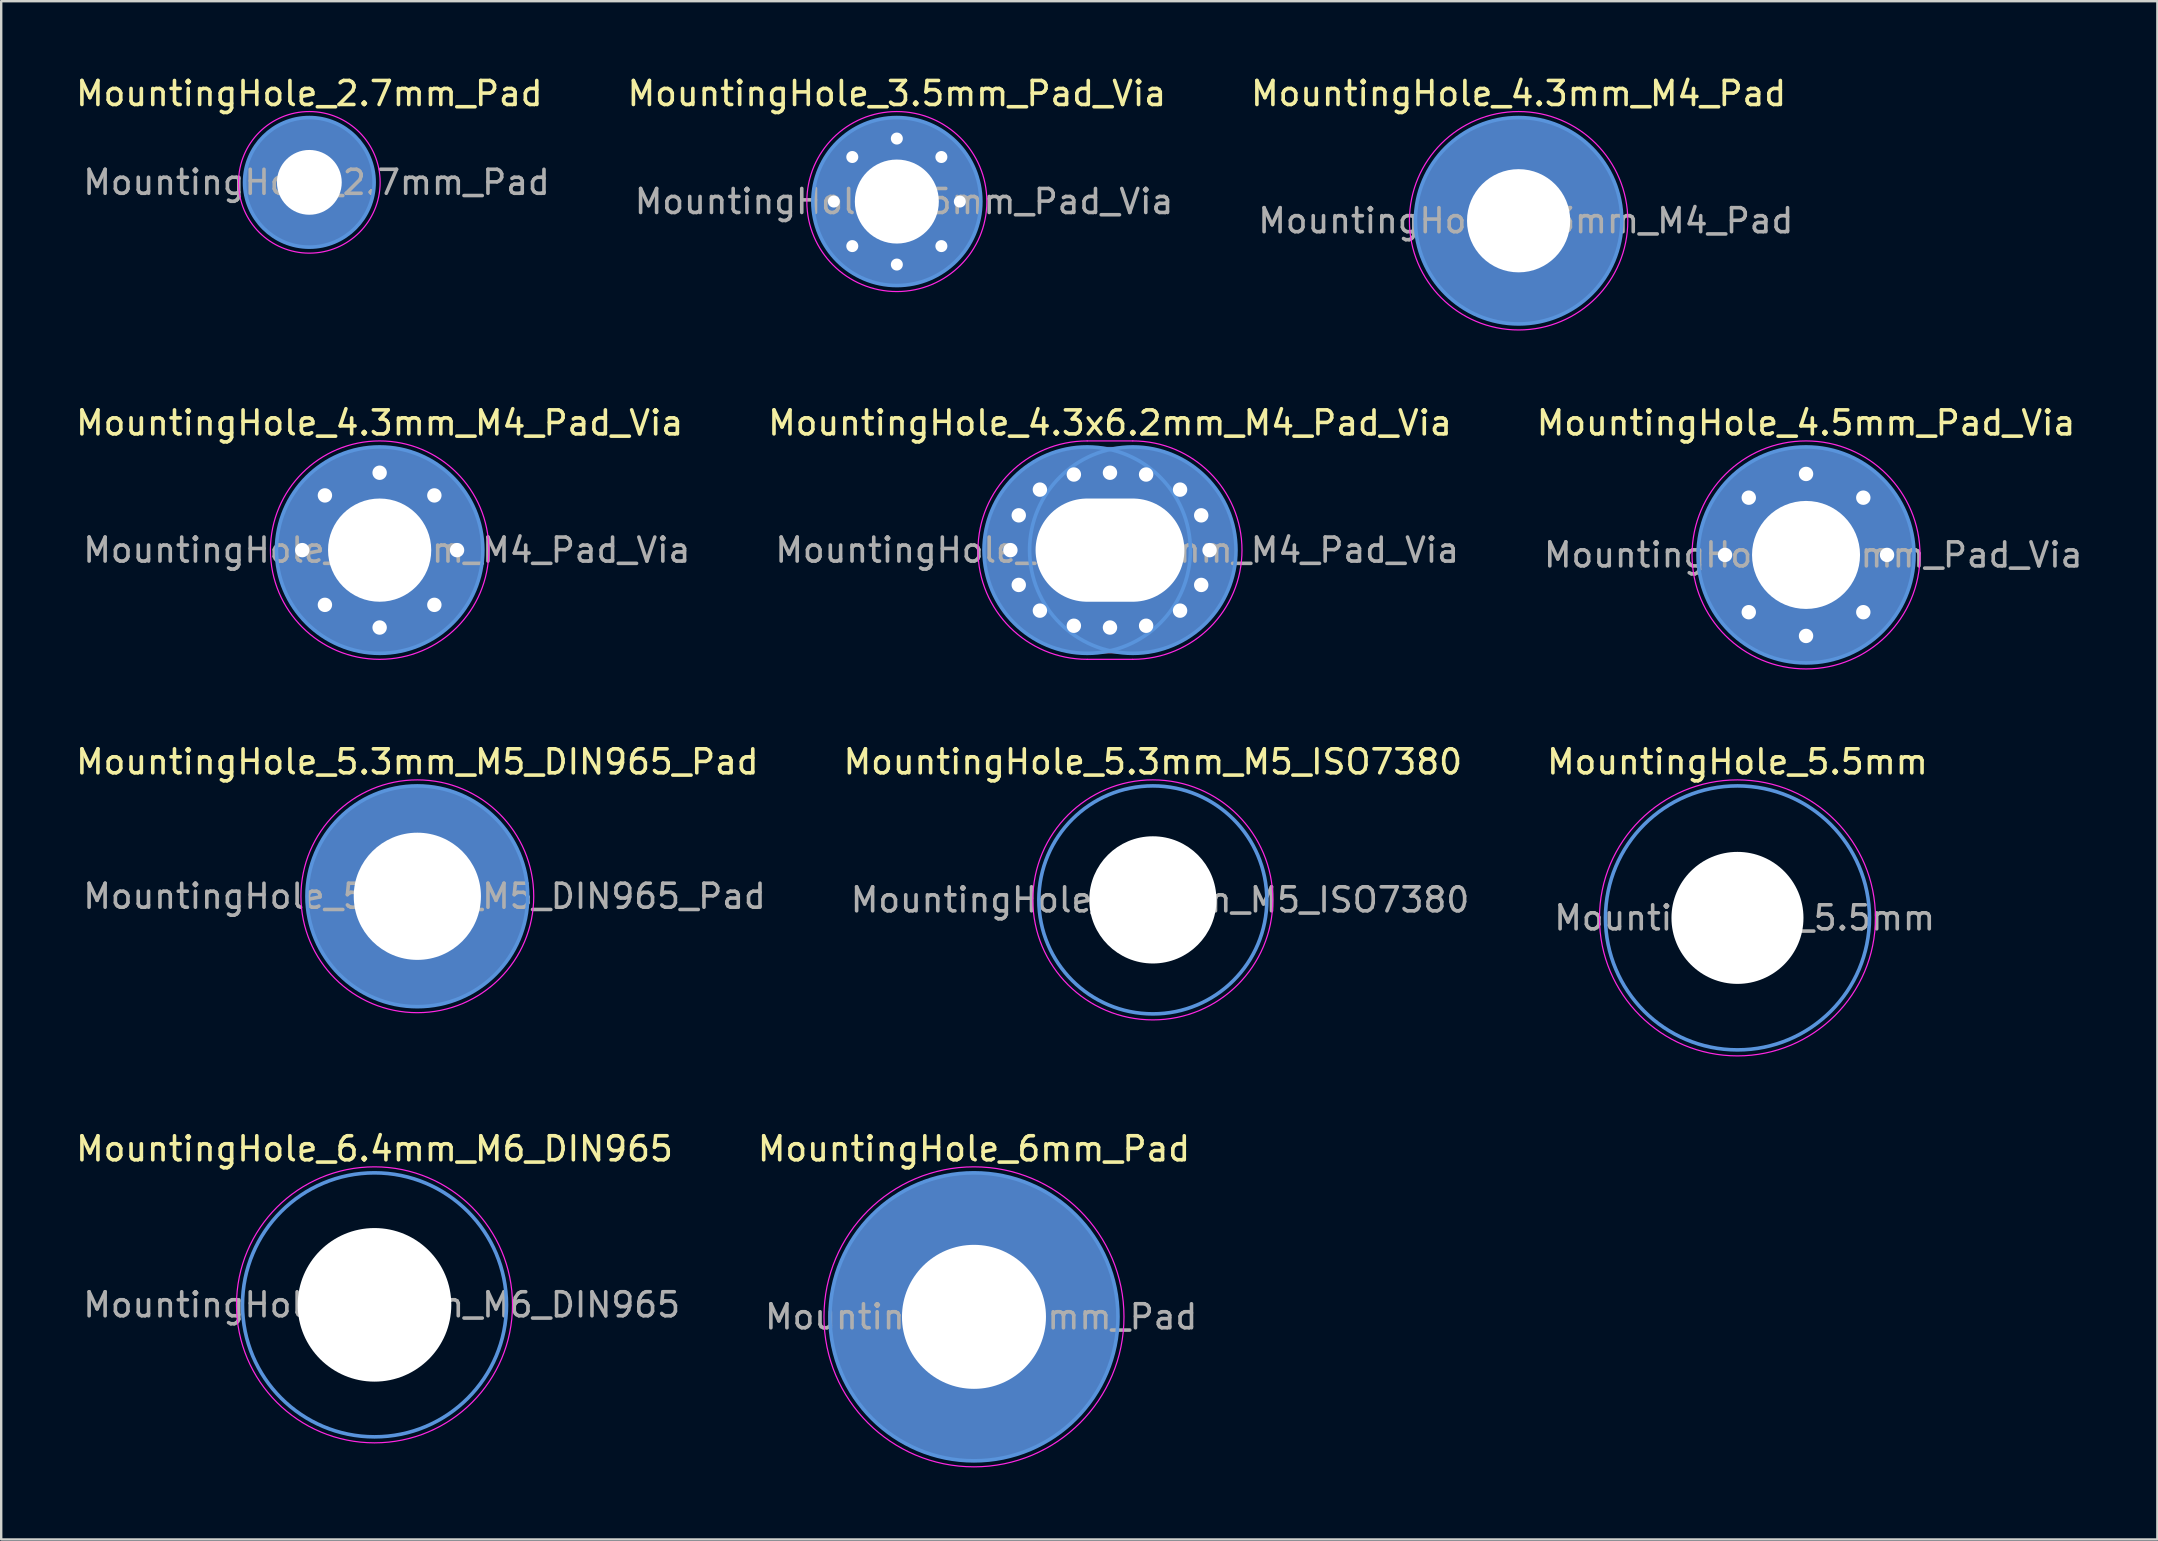
<source format=kicad_pcb>
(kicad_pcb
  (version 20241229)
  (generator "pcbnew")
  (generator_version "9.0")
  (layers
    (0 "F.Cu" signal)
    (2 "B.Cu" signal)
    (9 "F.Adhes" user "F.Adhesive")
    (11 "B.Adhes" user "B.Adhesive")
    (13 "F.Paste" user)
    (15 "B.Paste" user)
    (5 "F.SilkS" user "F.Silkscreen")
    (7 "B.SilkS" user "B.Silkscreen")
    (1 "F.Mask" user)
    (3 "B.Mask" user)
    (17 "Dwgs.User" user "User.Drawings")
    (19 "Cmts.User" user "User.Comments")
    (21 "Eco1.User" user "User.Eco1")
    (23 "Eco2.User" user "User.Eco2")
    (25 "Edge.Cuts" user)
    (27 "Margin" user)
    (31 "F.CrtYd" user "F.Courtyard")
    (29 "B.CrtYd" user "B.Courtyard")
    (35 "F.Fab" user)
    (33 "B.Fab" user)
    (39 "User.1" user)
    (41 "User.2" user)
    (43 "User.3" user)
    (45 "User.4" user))
  (footprint "MountingHole_6mm_Pad"
    (layer "F.Cu")
    (at 37.532 51.818)
    (property "Reference" "MountingHole_6mm_Pad" (at 0 -7 0) (layer "F.SilkS") (effects (font (size 1 1) (thickness 0.15))))
    (attr exclude_from_pos_files exclude_from_bom)
    (fp_circle (center 0 0) (end 6 0) (stroke (width 0.15) (type solid)) (fill no) (layer "Cmts.User"))
    (fp_circle (center 0 0) (end 6.25 0) (stroke (width 0.05) (type solid)) (fill no) (layer "F.CrtYd"))
    (fp_text user "${REFERENCE}" (at 0.3 0 0) (layer "F.Fab") (effects (font (size 1 1) (thickness 0.15))))
    (pad "1" thru_hole circle (at 0 0) (size 12 12) (drill 6) (layers "*.Cu" "*.Mask")))
  (footprint "MountingHole_4.3mm_M4_Pad_Via"
    (layer "F.Cu")
    (at 12.768 19.872)
    (property "Reference" "MountingHole_4.3mm_M4_Pad_Via" (at 0 -5.3 0) (layer "F.SilkS") (effects (font (size 1 1) (thickness 0.15))))
    (attr exclude_from_pos_files exclude_from_bom)
    (fp_circle (center 0 0) (end 4.3 0) (stroke (width 0.15) (type solid)) (fill no) (layer "Cmts.User"))
    (fp_circle (center 0 0) (end 4.55 0) (stroke (width 0.05) (type solid)) (fill no) (layer "F.CrtYd"))
    (fp_text user "${REFERENCE}" (at 0.3 0 0) (layer "F.Fab") (effects (font (size 1 1) (thickness 0.15))))
    (pad "1" thru_hole circle (at -3.225 0) (size 0.9 0.9) (drill 0.6) (layers "*.Cu" "*.Mask"))
    (pad "1" thru_hole circle (at -2.28 -2.28) (size 0.9 0.9) (drill 0.6) (layers "*.Cu" "*.Mask"))
    (pad "1" thru_hole circle (at -2.28 2.28) (size 0.9 0.9) (drill 0.6) (layers "*.Cu" "*.Mask"))
    (pad "1" thru_hole circle (at 0 -3.225) (size 0.9 0.9) (drill 0.6) (layers "*.Cu" "*.Mask"))
    (pad "1" thru_hole circle (at 0 0) (size 8.6 8.6) (drill 4.3) (layers "*.Cu" "*.Mask"))
    (pad "1" thru_hole circle (at 0 3.225) (size 0.9 0.9) (drill 0.6) (layers "*.Cu" "*.Mask"))
    (pad "1" thru_hole circle (at 2.28 -2.28) (size 0.9 0.9) (drill 0.6) (layers "*.Cu" "*.Mask"))
    (pad "1" thru_hole circle (at 2.28 2.28) (size 0.9 0.9) (drill 0.6) (layers "*.Cu" "*.Mask"))
    (pad "1" thru_hole circle (at 3.225 0) (size 0.9 0.9) (drill 0.6) (layers "*.Cu" "*.Mask")))
  (footprint "MountingHole_4.3x6.2mm_M4_Pad_Via"
    (layer "F.Cu")
    (at 43.199 19.872)
    (property "Reference" "MountingHole_4.3x6.2mm_M4_Pad_Via" (at 0 -5.3 0) (layer "F.SilkS") (effects (font (size 1 1) (thickness 0.15))))
    (attr exclude_from_pos_files exclude_from_bom)
    (fp_circle (center -0.95 0) (end 3.35 0) (stroke (width 0.15) (type solid)) (fill no) (layer "Cmts.User"))
    (fp_circle (center 0.95 0) (end 5.25 0) (stroke (width 0.15) (type solid)) (fill no) (layer "Cmts.User"))
    (fp_line (start -0.95 -4.55) (end 0.95 -4.55) (stroke (width 0.05) (type solid)) (layer "F.CrtYd"))
    (fp_line (start 0.95 4.55) (end -0.95 4.55) (stroke (width 0.05) (type solid)) (layer "F.CrtYd"))
    (fp_arc (start -0.95 4.55) (mid -5.5 0) (end -0.95 -4.55) (stroke (width 0.05) (type solid)) (layer "F.CrtYd"))
    (fp_arc (start 0.95 -4.55) (mid 5.5 0) (end 0.95 4.55) (stroke (width 0.05) (type solid)) (layer "F.CrtYd"))
    (fp_text user "${REFERENCE}" (at 0.3 0 0) (layer "F.Fab") (effects (font (size 1 1) (thickness 0.15))))
    (pad "1" thru_hole circle (at -4.15 0) (size 0.9 0.9) (drill 0.6) (layers "*.Cu" "*.Mask"))
    (pad "1" thru_hole circle (at -3.801 -1.45) (size 0.9 0.9) (drill 0.6) (layers "*.Cu" "*.Mask"))
    (pad "1" thru_hole circle (at -3.801 1.45) (size 0.9 0.9) (drill 0.6) (layers "*.Cu" "*.Mask"))
    (pad "1" thru_hole circle (at -2.92 -2.521) (size 0.9 0.9) (drill 0.6) (layers "*.Cu" "*.Mask"))
    (pad "1" thru_hole circle (at -2.92 2.521) (size 0.9 0.9) (drill 0.6) (layers "*.Cu" "*.Mask"))
    (pad "1" thru_hole circle (at -1.505 -3.151) (size 0.9 0.9) (drill 0.6) (layers "*.Cu" "*.Mask"))
    (pad "1" thru_hole circle (at -1.505 3.151) (size 0.9 0.9) (drill 0.6) (layers "*.Cu" "*.Mask"))
    (pad "1" thru_hole circle (at 0 -3.225) (size 0.9 0.9) (drill 0.6) (layers "*.Cu" "*.Mask"))
    (pad "1" thru_hole oval (at 0 0) (size 10.4 8.6) (drill oval 6.2 4.3) (layers "*.Cu" "*.Mask"))
    (pad "1" thru_hole circle (at 0 3.225) (size 0.9 0.9) (drill 0.6) (layers "*.Cu" "*.Mask"))
    (pad "1" thru_hole circle (at 1.505 -3.151) (size 0.9 0.9) (drill 0.6) (layers "*.Cu" "*.Mask"))
    (pad "1" thru_hole circle (at 1.505 3.151) (size 0.9 0.9) (drill 0.6) (layers "*.Cu" "*.Mask"))
    (pad "1" thru_hole circle (at 2.92 -2.521) (size 0.9 0.9) (drill 0.6) (layers "*.Cu" "*.Mask"))
    (pad "1" thru_hole circle (at 2.92 2.521) (size 0.9 0.9) (drill 0.6) (layers "*.Cu" "*.Mask"))
    (pad "1" thru_hole circle (at 3.801 -1.45) (size 0.9 0.9) (drill 0.6) (layers "*.Cu" "*.Mask"))
    (pad "1" thru_hole circle (at 3.801 1.45) (size 0.9 0.9) (drill 0.6) (layers "*.Cu" "*.Mask"))
    (pad "1" thru_hole circle (at 4.15 0) (size 0.9 0.9) (drill 0.6) (layers "*.Cu" "*.Mask")))
  (footprint "MountingHole_5.3mm_M5_ISO7380"
    (layer "F.Cu")
    (at 44.985 34.445)
    (property "Reference" "MountingHole_5.3mm_M5_ISO7380" (at 0 -5.75 0) (layer "F.SilkS") (effects (font (size 1 1) (thickness 0.15))))
    (attr exclude_from_pos_files exclude_from_bom)
    (fp_circle (center 0 0) (end 4.75 0) (stroke (width 0.15) (type solid)) (fill no) (layer "Cmts.User"))
    (fp_circle (center 0 0) (end 5 0) (stroke (width 0.05) (type solid)) (fill no) (layer "F.CrtYd"))
    (fp_text user "${REFERENCE}" (at 0.3 0 0) (layer "F.Fab") (effects (font (size 1 1) (thickness 0.15))))
    (pad "" np_thru_hole circle (at 0 0) (size 5.3 5.3) (drill 5.3) (layers "*.Cu" "*.Mask")))
  (footprint "MountingHole_6.4mm_M6_DIN965"
    (layer "F.Cu")
    (at 12.554 51.318)
    (property "Reference" "MountingHole_6.4mm_M6_DIN965" (at 0 -6.5 0) (layer "F.SilkS") (effects (font (size 1 1) (thickness 0.15))))
    (attr exclude_from_pos_files exclude_from_bom)
    (fp_circle (center 0 0) (end 5.5 0) (stroke (width 0.15) (type solid)) (fill no) (layer "Cmts.User"))
    (fp_circle (center 0 0) (end 5.75 0) (stroke (width 0.05) (type solid)) (fill no) (layer "F.CrtYd"))
    (fp_text user "${REFERENCE}" (at 0.3 0 0) (layer "F.Fab") (effects (font (size 1 1) (thickness 0.15))))
    (pad "" np_thru_hole circle (at 0 0) (size 6.4 6.4) (drill 6.4) (layers "*.Cu" "*.Mask")))
  (footprint "MountingHole_4.5mm_Pad_Via"
    (layer "F.Cu")
    (at 72.201 20.072)
    (property "Reference" "MountingHole_4.5mm_Pad_Via" (at 0 -5.5 0) (layer "F.SilkS") (effects (font (size 1 1) (thickness 0.15))))
    (attr exclude_from_pos_files exclude_from_bom)
    (fp_circle (center 0 0) (end 4.5 0) (stroke (width 0.15) (type solid)) (fill no) (layer "Cmts.User"))
    (fp_circle (center 0 0) (end 4.75 0) (stroke (width 0.05) (type solid)) (fill no) (layer "F.CrtYd"))
    (fp_text user "${REFERENCE}" (at 0.3 0 0) (layer "F.Fab") (effects (font (size 1 1) (thickness 0.15))))
    (pad "1" thru_hole circle (at -3.375 0) (size 0.9 0.9) (drill 0.6) (layers "*.Cu" "*.Mask"))
    (pad "1" thru_hole circle (at -2.386 -2.386) (size 0.9 0.9) (drill 0.6) (layers "*.Cu" "*.Mask"))
    (pad "1" thru_hole circle (at -2.386 2.386) (size 0.9 0.9) (drill 0.6) (layers "*.Cu" "*.Mask"))
    (pad "1" thru_hole circle (at 0 -3.375) (size 0.9 0.9) (drill 0.6) (layers "*.Cu" "*.Mask"))
    (pad "1" thru_hole circle (at 0 0) (size 9 9) (drill 4.5) (layers "*.Cu" "*.Mask"))
    (pad "1" thru_hole circle (at 0 3.375) (size 0.9 0.9) (drill 0.6) (layers "*.Cu" "*.Mask"))
    (pad "1" thru_hole circle (at 2.386 -2.386) (size 0.9 0.9) (drill 0.6) (layers "*.Cu" "*.Mask"))
    (pad "1" thru_hole circle (at 2.386 2.386) (size 0.9 0.9) (drill 0.6) (layers "*.Cu" "*.Mask"))
    (pad "1" thru_hole circle (at 3.375 0) (size 0.9 0.9) (drill 0.6) (layers "*.Cu" "*.Mask")))
  (footprint "MountingHole_2.7mm_Pad"
    (layer "F.Cu")
    (at 9.839 4.548)
    (property "Reference" "MountingHole_2.7mm_Pad" (at 0 -3.7 0) (layer "F.SilkS") (effects (font (size 1 1) (thickness 0.15))))
    (attr exclude_from_pos_files exclude_from_bom)
    (fp_circle (center 0 0) (end 2.7 0) (stroke (width 0.15) (type solid)) (fill no) (layer "Cmts.User"))
    (fp_circle (center 0 0) (end 2.95 0) (stroke (width 0.05) (type solid)) (fill no) (layer "F.CrtYd"))
    (fp_text user "${REFERENCE}" (at 0.3 0 0) (layer "F.Fab") (effects (font (size 1 1) (thickness 0.15))))
    (pad "1" thru_hole circle (at 0 0) (size 5.4 5.4) (drill 2.7) (layers "*.Cu" "*.Mask")))
  (footprint "MountingHole_4.3mm_M4_Pad"
    (layer "F.Cu")
    (at 60.225 6.148)
    (property "Reference" "MountingHole_4.3mm_M4_Pad" (at 0 -5.3 0) (layer "F.SilkS") (effects (font (size 1 1) (thickness 0.15))))
    (attr exclude_from_pos_files exclude_from_bom)
    (fp_circle (center 0 0) (end 4.3 0) (stroke (width 0.15) (type solid)) (fill no) (layer "Cmts.User"))
    (fp_circle (center 0 0) (end 4.55 0) (stroke (width 0.05) (type solid)) (fill no) (layer "F.CrtYd"))
    (fp_text user "${REFERENCE}" (at 0.3 0 0) (layer "F.Fab") (effects (font (size 1 1) (thickness 0.15))))
    (pad "1" thru_hole circle (at 0 0) (size 8.6 8.6) (drill 4.3) (layers "*.Cu" "*.Mask")))
  (footprint "MountingHole_5.3mm_M5_DIN965_Pad"
    (layer "F.Cu")
    (at 14.339 34.295)
    (property "Reference" "MountingHole_5.3mm_M5_DIN965_Pad" (at 0 -5.6 0) (layer "F.SilkS") (effects (font (size 1 1) (thickness 0.15))))
    (attr exclude_from_pos_files exclude_from_bom)
    (fp_circle (center 0 0) (end 4.6 0) (stroke (width 0.15) (type solid)) (fill no) (layer "Cmts.User"))
    (fp_circle (center 0 0) (end 4.85 0) (stroke (width 0.05) (type solid)) (fill no) (layer "F.CrtYd"))
    (fp_text user "${REFERENCE}" (at 0.3 0 0) (layer "F.Fab") (effects (font (size 1 1) (thickness 0.15))))
    (pad "1" thru_hole circle (at 0 0) (size 9.2 9.2) (drill 5.3) (layers "*.Cu" "*.Mask")))
  (footprint "MountingHole_3.5mm_Pad_Via"
    (layer "F.Cu")
    (at 34.318 5.348)
    (property "Reference" "MountingHole_3.5mm_Pad_Via" (at 0 -4.5 0) (layer "F.SilkS") (effects (font (size 1 1) (thickness 0.15))))
    (attr exclude_from_pos_files exclude_from_bom)
    (fp_circle (center 0 0) (end 3.5 0) (stroke (width 0.15) (type solid)) (fill no) (layer "Cmts.User"))
    (fp_circle (center 0 0) (end 3.75 0) (stroke (width 0.05) (type solid)) (fill no) (layer "F.CrtYd"))
    (fp_text user "${REFERENCE}" (at 0.3 0 0) (layer "F.Fab") (effects (font (size 1 1) (thickness 0.15))))
    (pad "1" thru_hole circle (at -2.625 0) (size 0.8 0.8) (drill 0.5) (layers "*.Cu" "*.Mask"))
    (pad "1" thru_hole circle (at -1.856 -1.856) (size 0.8 0.8) (drill 0.5) (layers "*.Cu" "*.Mask"))
    (pad "1" thru_hole circle (at -1.856 1.856) (size 0.8 0.8) (drill 0.5) (layers "*.Cu" "*.Mask"))
    (pad "1" thru_hole circle (at 0 -2.625) (size 0.8 0.8) (drill 0.5) (layers "*.Cu" "*.Mask"))
    (pad "1" thru_hole circle (at 0 0) (size 7 7) (drill 3.5) (layers "*.Cu" "*.Mask"))
    (pad "1" thru_hole circle (at 0 2.625) (size 0.8 0.8) (drill 0.5) (layers "*.Cu" "*.Mask"))
    (pad "1" thru_hole circle (at 1.856 -1.856) (size 0.8 0.8) (drill 0.5) (layers "*.Cu" "*.Mask"))
    (pad "1" thru_hole circle (at 1.856 1.856) (size 0.8 0.8) (drill 0.5) (layers "*.Cu" "*.Mask"))
    (pad "1" thru_hole circle (at 2.625 0) (size 0.8 0.8) (drill 0.5) (layers "*.Cu" "*.Mask")))
  (footprint "MountingHole_5.5mm"
    (layer "F.Cu")
    (at 69.344 35.195)
    (property "Reference" "MountingHole_5.5mm" (at 0 -6.5 0) (layer "F.SilkS") (effects (font (size 1 1) (thickness 0.15))))
    (attr exclude_from_pos_files exclude_from_bom)
    (fp_circle (center 0 0) (end 5.5 0) (stroke (width 0.15) (type solid)) (fill no) (layer "Cmts.User"))
    (fp_circle (center 0 0) (end 5.75 0) (stroke (width 0.05) (type solid)) (fill no) (layer "F.CrtYd"))
    (fp_text user "${REFERENCE}" (at 0.3 0 0) (layer "F.Fab") (effects (font (size 1 1) (thickness 0.15))))
    (pad "" np_thru_hole circle (at 0 0) (size 5.5 5.5) (drill 5.5) (layers "*.Cu" "*.Mask")))
  (gr_rect
    (start -3 -3)
    (end 86.84 61.093)
    (stroke (width 0.1) (type default))
    (fill no)
    (layer "Edge.Cuts")))
</source>
